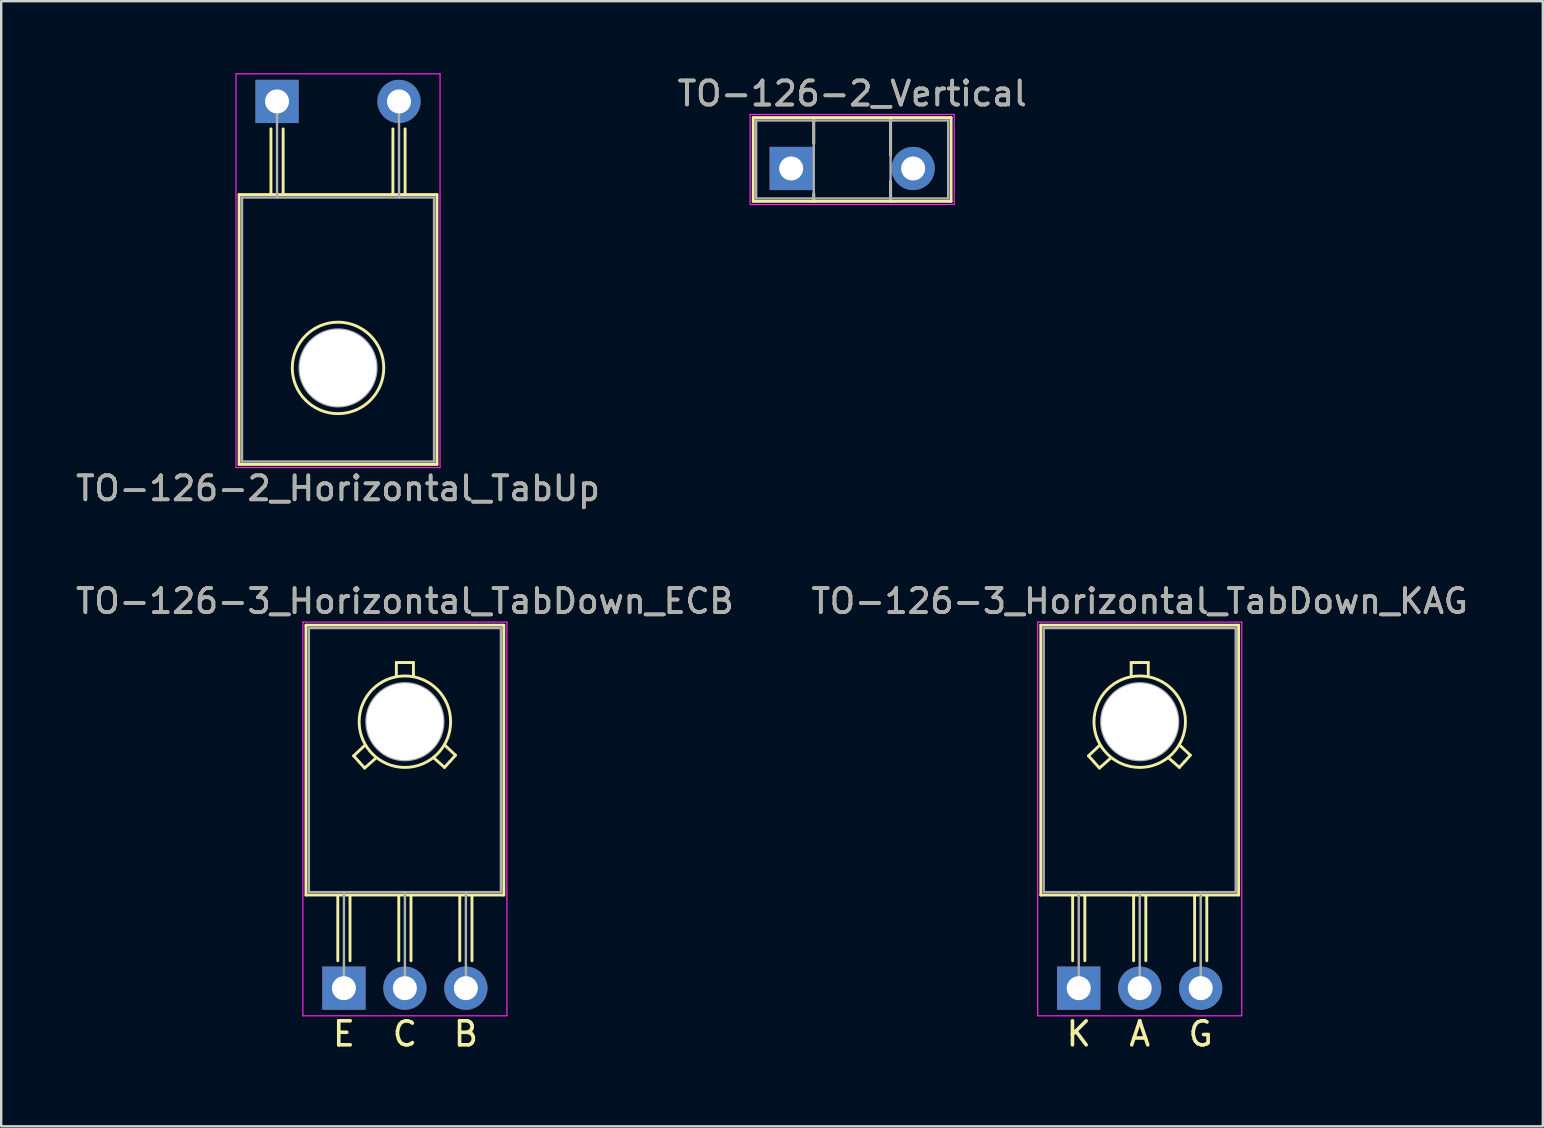
<source format=kicad_pcb>
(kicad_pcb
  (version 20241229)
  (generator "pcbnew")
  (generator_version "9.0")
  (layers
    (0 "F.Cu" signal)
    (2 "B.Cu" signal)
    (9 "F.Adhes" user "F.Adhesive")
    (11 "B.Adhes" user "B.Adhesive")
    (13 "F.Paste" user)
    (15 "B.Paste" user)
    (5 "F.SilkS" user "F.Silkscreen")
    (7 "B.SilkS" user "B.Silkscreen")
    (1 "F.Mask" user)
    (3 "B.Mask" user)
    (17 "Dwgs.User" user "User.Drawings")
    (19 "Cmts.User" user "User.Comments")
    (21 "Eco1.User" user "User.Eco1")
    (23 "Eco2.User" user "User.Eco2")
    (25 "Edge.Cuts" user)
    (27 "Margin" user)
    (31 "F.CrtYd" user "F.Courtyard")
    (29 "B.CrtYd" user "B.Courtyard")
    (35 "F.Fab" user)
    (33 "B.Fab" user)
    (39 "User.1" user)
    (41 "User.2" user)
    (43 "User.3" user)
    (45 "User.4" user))
  (footprint "TO-126-2_Horizontal_TabUp"
    (layer "F.Cu")
    (at 8.49 1.175)
    (property "Reference" "TO-126-2_Horizontal_TabUp" (at 2.54 16.12 0) (layer "F.SilkS") (effects (font (size 1 1) (thickness 0.15))))
    (attr through_hole)
    (fp_line (start -1.58 3.88) (end -1.58 15.12) (stroke (width 0.12) (type solid)) (layer "F.SilkS"))
    (fp_line (start -1.58 3.88) (end 6.66 3.88) (stroke (width 0.12) (type solid)) (layer "F.SilkS"))
    (fp_line (start -1.58 15.12) (end 6.66 15.12) (stroke (width 0.12) (type solid)) (layer "F.SilkS"))
    (fp_line (start -0.254 3.873) (end -0.254 1.143) (stroke (width 0.12) (type solid)) (layer "F.SilkS"))
    (fp_line (start 0.254 1.143) (end 0.254 3.873) (stroke (width 0.12) (type solid)) (layer "F.SilkS"))
    (fp_line (start 4.826 3.873) (end 4.826 1.143) (stroke (width 0.12) (type solid)) (layer "F.SilkS"))
    (fp_line (start 5.334 1.143) (end 5.334 3.873) (stroke (width 0.12) (type solid)) (layer "F.SilkS"))
    (fp_line (start 6.66 3.88) (end 6.66 15.12) (stroke (width 0.12) (type solid)) (layer "F.SilkS"))
    (fp_circle (center 2.54 11.1) (end 0.635 11.125) (stroke (width 0.12) (type solid)) (fill no) (layer "F.SilkS"))
    (fp_line (start -1.71 -1.15) (end -1.71 15.25) (stroke (width 0.05) (type solid)) (layer "F.CrtYd"))
    (fp_line (start -1.71 15.25) (end 6.79 15.25) (stroke (width 0.05) (type solid)) (layer "F.CrtYd"))
    (fp_line (start 6.79 -1.15) (end -1.71 -1.15) (stroke (width 0.05) (type solid)) (layer "F.CrtYd"))
    (fp_line (start 6.79 15.25) (end 6.79 -1.15) (stroke (width 0.05) (type solid)) (layer "F.CrtYd"))
    (fp_line (start -1.46 4) (end -1.46 15) (stroke (width 0.1) (type solid)) (layer "F.Fab"))
    (fp_line (start -1.46 15) (end 6.54 15) (stroke (width 0.1) (type solid)) (layer "F.Fab"))
    (fp_line (start 0 4) (end 0 0) (stroke (width 0.1) (type solid)) (layer "F.Fab"))
    (fp_line (start 5.08 4) (end 5.08 0) (stroke (width 0.1) (type solid)) (layer "F.Fab"))
    (fp_line (start 6.54 4) (end -1.46 4) (stroke (width 0.1) (type solid)) (layer "F.Fab"))
    (fp_line (start 6.54 15) (end 6.54 4) (stroke (width 0.1) (type solid)) (layer "F.Fab"))
    (fp_circle (center 2.54 11.1) (end 4.14 11.1) (stroke (width 0.1) (type solid)) (fill no) (layer "F.Fab"))
    (fp_text user "${REFERENCE}" (at 2.54 16.12 0) (layer "F.Fab") (effects (font (size 1 1) (thickness 0.15))))
    (pad "" np_thru_hole oval (at 2.54 11.1) (size 3.2 3.2) (drill 3.2) (layers "*.Cu" "*.Mask"))
    (pad "1" thru_hole rect (at 0 0) (size 1.8 1.8) (drill 1) (layers "*.Cu" "*.Mask"))
    (pad "2" thru_hole oval (at 5.08 0) (size 1.8 1.8) (drill 1) (layers "*.Cu" "*.Mask")))
  (footprint "TO-126-3_Horizontal_TabDown_ECB"
    (layer "F.Cu")
    (at 11.275 38.111)
    (property "Reference" "TO-126-3_Horizontal_TabDown_ECB" (at 2.54 -16.12 0) (layer "F.SilkS") (effects (font (size 1 1) (thickness 0.15))))
    (fp_line (start -1.58 -15.12) (end -1.58 -3.88) (stroke (width 0.12) (type solid)) (layer "F.SilkS"))
    (fp_line (start -1.58 -15.12) (end 6.66 -15.12) (stroke (width 0.12) (type solid)) (layer "F.SilkS"))
    (fp_line (start -1.58 -3.88) (end 6.66 -3.88) (stroke (width 0.12) (type solid)) (layer "F.SilkS"))
    (fp_line (start -0.254 -1.143) (end -0.254 -3.873) (stroke (width 0.12) (type solid)) (layer "F.SilkS"))
    (fp_line (start 0.254 -3.873) (end 0.254 -1.143) (stroke (width 0.12) (type solid)) (layer "F.SilkS"))
    (fp_line (start 0.406 -9.677) (end 0.864 -10.109) (stroke (width 0.12) (type solid)) (layer "F.SilkS"))
    (fp_line (start 0.635 -9.423) (end 0.406 -9.677) (stroke (width 0.12) (type solid)) (layer "F.SilkS"))
    (fp_line (start 0.864 -9.169) (end 0.635 -9.423) (stroke (width 0.12) (type solid)) (layer "F.SilkS"))
    (fp_line (start 0.864 -9.169) (end 1.321 -9.576) (stroke (width 0.12) (type solid)) (layer "F.SilkS"))
    (fp_line (start 2.184 -13.564) (end 2.184 -13.005) (stroke (width 0.12) (type solid)) (layer "F.SilkS"))
    (fp_line (start 2.184 -13.564) (end 2.54 -13.564) (stroke (width 0.12) (type solid)) (layer "F.SilkS"))
    (fp_line (start 2.286 -1.143) (end 2.286 -3.873) (stroke (width 0.12) (type solid)) (layer "F.SilkS"))
    (fp_line (start 2.54 -13.564) (end 2.896 -13.564) (stroke (width 0.12) (type solid)) (layer "F.SilkS"))
    (fp_line (start 2.794 -3.873) (end 2.794 -1.143) (stroke (width 0.12) (type solid)) (layer "F.SilkS"))
    (fp_line (start 2.896 -13.564) (end 2.896 -12.979) (stroke (width 0.12) (type solid)) (layer "F.SilkS"))
    (fp_line (start 4.191 -9.195) (end 3.734 -9.601) (stroke (width 0.12) (type solid)) (layer "F.SilkS"))
    (fp_line (start 4.191 -9.195) (end 4.42 -9.449) (stroke (width 0.12) (type solid)) (layer "F.SilkS"))
    (fp_line (start 4.42 -9.449) (end 4.648 -9.703) (stroke (width 0.12) (type solid)) (layer "F.SilkS"))
    (fp_line (start 4.648 -9.703) (end 4.191 -10.135) (stroke (width 0.12) (type solid)) (layer "F.SilkS"))
    (fp_line (start 4.826 -1.143) (end 4.826 -3.873) (stroke (width 0.12) (type solid)) (layer "F.SilkS"))
    (fp_line (start 5.334 -3.873) (end 5.334 -1.143) (stroke (width 0.12) (type solid)) (layer "F.SilkS"))
    (fp_line (start 6.66 -15.12) (end 6.66 -3.88) (stroke (width 0.12) (type solid)) (layer "F.SilkS"))
    (fp_circle (center 2.54 -11.1) (end 4.445 -11.125) (stroke (width 0.12) (type solid)) (fill no) (layer "F.SilkS"))
    (fp_line (start -1.71 -15.25) (end -1.71 1.15) (stroke (width 0.05) (type solid)) (layer "F.CrtYd"))
    (fp_line (start -1.71 1.15) (end 6.79 1.15) (stroke (width 0.05) (type solid)) (layer "F.CrtYd"))
    (fp_line (start 6.79 -15.25) (end -1.71 -15.25) (stroke (width 0.05) (type solid)) (layer "F.CrtYd"))
    (fp_line (start 6.79 1.15) (end 6.79 -15.25) (stroke (width 0.05) (type solid)) (layer "F.CrtYd"))
    (fp_line (start -1.46 -15) (end 6.54 -15) (stroke (width 0.1) (type solid)) (layer "F.Fab"))
    (fp_line (start -1.46 -4) (end -1.46 -15) (stroke (width 0.1) (type solid)) (layer "F.Fab"))
    (fp_line (start 0 -4) (end 0 0) (stroke (width 0.1) (type solid)) (layer "F.Fab"))
    (fp_line (start 2.54 -4) (end 2.54 0) (stroke (width 0.1) (type solid)) (layer "F.Fab"))
    (fp_line (start 5.08 -4) (end 5.08 0) (stroke (width 0.1) (type solid)) (layer "F.Fab"))
    (fp_line (start 6.54 -15) (end 6.54 -4) (stroke (width 0.1) (type solid)) (layer "F.Fab"))
    (fp_line (start 6.54 -4) (end -1.46 -4) (stroke (width 0.1) (type solid)) (layer "F.Fab"))
    (fp_circle (center 2.54 -11.1) (end 4.14 -11.1) (stroke (width 0.1) (type solid)) (fill no) (layer "F.Fab"))
    (fp_text user "E" (at 0 1.905 0) (unlocked yes) (layer "F.SilkS") (effects (font (size 1 1) (thickness 0.15))))
    (fp_text user "C" (at 2.54 1.905 0) (unlocked yes) (layer "F.SilkS") (effects (font (size 1 1) (thickness 0.15))))
    (fp_text user "B" (at 5.08 1.905 0) (unlocked yes) (layer "F.SilkS") (effects (font (size 1 1) (thickness 0.15))))
    (fp_text user "${REFERENCE}" (at 2.54 -16.12 0) (layer "F.Fab") (effects (font (size 1 1) (thickness 0.15))))
    (pad "" np_thru_hole oval (at 2.54 -11.1) (size 3.2 3.2) (drill 3.2) (layers "*.Cu" "*.Mask"))
    (pad "1" thru_hole rect (at 0 0) (size 1.8 1.8) (drill 1) (layers "*.Cu" "*.Mask"))
    (pad "2" thru_hole oval (at 2.54 0) (size 1.8 1.8) (drill 1) (layers "*.Cu" "*.Mask"))
    (pad "3" thru_hole oval (at 5.08 0) (size 1.8 1.8) (drill 1) (layers "*.Cu" "*.Mask")))
  (footprint "TO-126-2_Vertical"
    (layer "F.Cu")
    (at 29.906 3.968)
    (property "Reference" "TO-126-2_Vertical" (at 2.54 -3.12 0) (layer "F.SilkS") (effects (font (size 1 1) (thickness 0.15))))
    (attr through_hole)
    (fp_line (start -1.58 -2.12) (end -1.58 1.37) (stroke (width 0.12) (type solid)) (layer "F.SilkS"))
    (fp_line (start -1.58 -2.12) (end 6.66 -2.12) (stroke (width 0.12) (type solid)) (layer "F.SilkS"))
    (fp_line (start -1.58 1.37) (end 6.66 1.37) (stroke (width 0.12) (type solid)) (layer "F.SilkS"))
    (fp_line (start 0.94 -2.12) (end 0.94 -1.05) (stroke (width 0.12) (type solid)) (layer "F.SilkS"))
    (fp_line (start 0.94 1.05) (end 0.94 1.37) (stroke (width 0.12) (type solid)) (layer "F.SilkS"))
    (fp_line (start 4.141 -2.12) (end 4.141 -0.54) (stroke (width 0.12) (type solid)) (layer "F.SilkS"))
    (fp_line (start 4.141 0.54) (end 4.141 1.37) (stroke (width 0.12) (type solid)) (layer "F.SilkS"))
    (fp_line (start 6.66 -2.12) (end 6.66 1.37) (stroke (width 0.12) (type solid)) (layer "F.SilkS"))
    (fp_line (start -1.71 -2.25) (end -1.71 1.5) (stroke (width 0.05) (type solid)) (layer "F.CrtYd"))
    (fp_line (start -1.71 1.5) (end 6.79 1.5) (stroke (width 0.05) (type solid)) (layer "F.CrtYd"))
    (fp_line (start 6.79 -2.25) (end -1.71 -2.25) (stroke (width 0.05) (type solid)) (layer "F.CrtYd"))
    (fp_line (start 6.79 1.5) (end 6.79 -2.25) (stroke (width 0.05) (type solid)) (layer "F.CrtYd"))
    (fp_line (start -1.46 -2) (end -1.46 1.25) (stroke (width 0.1) (type solid)) (layer "F.Fab"))
    (fp_line (start -1.46 1.25) (end 6.54 1.25) (stroke (width 0.1) (type solid)) (layer "F.Fab"))
    (fp_line (start 0.94 -2) (end 0.94 1.25) (stroke (width 0.1) (type solid)) (layer "F.Fab"))
    (fp_line (start 4.14 -2) (end 4.14 1.25) (stroke (width 0.1) (type solid)) (layer "F.Fab"))
    (fp_line (start 6.54 -2) (end -1.46 -2) (stroke (width 0.1) (type solid)) (layer "F.Fab"))
    (fp_line (start 6.54 1.25) (end 6.54 -2) (stroke (width 0.1) (type solid)) (layer "F.Fab"))
    (fp_text user "${REFERENCE}" (at 2.54 -3.12 0) (layer "F.Fab") (effects (font (size 1 1) (thickness 0.15))))
    (pad "1" thru_hole rect (at 0 0) (size 1.8 1.8) (drill 1) (layers "*.Cu" "*.Mask"))
    (pad "2" thru_hole oval (at 5.08 0) (size 1.8 1.8) (drill 1) (layers "*.Cu" "*.Mask")))
  (footprint "TO-126-3_Horizontal_TabDown_KAG"
    (layer "F.Cu")
    (at 41.883 38.111)
    (property "Reference" "TO-126-3_Horizontal_TabDown_KAG" (at 2.54 -16.12 0) (layer "F.SilkS") (effects (font (size 1 1) (thickness 0.15))))
    (fp_line (start -1.58 -15.12) (end -1.58 -3.88) (stroke (width 0.12) (type solid)) (layer "F.SilkS"))
    (fp_line (start -1.58 -15.12) (end 6.66 -15.12) (stroke (width 0.12) (type solid)) (layer "F.SilkS"))
    (fp_line (start -1.58 -3.88) (end 6.66 -3.88) (stroke (width 0.12) (type solid)) (layer "F.SilkS"))
    (fp_line (start -0.254 -1.143) (end -0.254 -3.873) (stroke (width 0.12) (type solid)) (layer "F.SilkS"))
    (fp_line (start 0.254 -3.873) (end 0.254 -1.143) (stroke (width 0.12) (type solid)) (layer "F.SilkS"))
    (fp_line (start 0.406 -9.677) (end 0.864 -10.109) (stroke (width 0.12) (type solid)) (layer "F.SilkS"))
    (fp_line (start 0.635 -9.423) (end 0.406 -9.677) (stroke (width 0.12) (type solid)) (layer "F.SilkS"))
    (fp_line (start 0.864 -9.169) (end 0.635 -9.423) (stroke (width 0.12) (type solid)) (layer "F.SilkS"))
    (fp_line (start 0.864 -9.169) (end 1.321 -9.576) (stroke (width 0.12) (type solid)) (layer "F.SilkS"))
    (fp_line (start 2.184 -13.564) (end 2.184 -13.005) (stroke (width 0.12) (type solid)) (layer "F.SilkS"))
    (fp_line (start 2.184 -13.564) (end 2.54 -13.564) (stroke (width 0.12) (type solid)) (layer "F.SilkS"))
    (fp_line (start 2.286 -1.143) (end 2.286 -3.873) (stroke (width 0.12) (type solid)) (layer "F.SilkS"))
    (fp_line (start 2.54 -13.564) (end 2.896 -13.564) (stroke (width 0.12) (type solid)) (layer "F.SilkS"))
    (fp_line (start 2.794 -3.873) (end 2.794 -1.143) (stroke (width 0.12) (type solid)) (layer "F.SilkS"))
    (fp_line (start 2.896 -13.564) (end 2.896 -12.979) (stroke (width 0.12) (type solid)) (layer "F.SilkS"))
    (fp_line (start 4.191 -9.195) (end 3.734 -9.601) (stroke (width 0.12) (type solid)) (layer "F.SilkS"))
    (fp_line (start 4.191 -9.195) (end 4.42 -9.449) (stroke (width 0.12) (type solid)) (layer "F.SilkS"))
    (fp_line (start 4.42 -9.449) (end 4.648 -9.703) (stroke (width 0.12) (type solid)) (layer "F.SilkS"))
    (fp_line (start 4.648 -9.703) (end 4.191 -10.135) (stroke (width 0.12) (type solid)) (layer "F.SilkS"))
    (fp_line (start 4.826 -1.143) (end 4.826 -3.873) (stroke (width 0.12) (type solid)) (layer "F.SilkS"))
    (fp_line (start 5.334 -3.873) (end 5.334 -1.143) (stroke (width 0.12) (type solid)) (layer "F.SilkS"))
    (fp_line (start 6.66 -15.12) (end 6.66 -3.88) (stroke (width 0.12) (type solid)) (layer "F.SilkS"))
    (fp_circle (center 2.54 -11.1) (end 4.445 -11.125) (stroke (width 0.12) (type solid)) (fill no) (layer "F.SilkS"))
    (fp_line (start -1.71 -15.25) (end -1.71 1.15) (stroke (width 0.05) (type solid)) (layer "F.CrtYd"))
    (fp_line (start -1.71 1.15) (end 6.79 1.15) (stroke (width 0.05) (type solid)) (layer "F.CrtYd"))
    (fp_line (start 6.79 -15.25) (end -1.71 -15.25) (stroke (width 0.05) (type solid)) (layer "F.CrtYd"))
    (fp_line (start 6.79 1.15) (end 6.79 -15.25) (stroke (width 0.05) (type solid)) (layer "F.CrtYd"))
    (fp_line (start -1.46 -15) (end 6.54 -15) (stroke (width 0.1) (type solid)) (layer "F.Fab"))
    (fp_line (start -1.46 -4) (end -1.46 -15) (stroke (width 0.1) (type solid)) (layer "F.Fab"))
    (fp_line (start 0 -4) (end 0 0) (stroke (width 0.1) (type solid)) (layer "F.Fab"))
    (fp_line (start 2.54 -4) (end 2.54 0) (stroke (width 0.1) (type solid)) (layer "F.Fab"))
    (fp_line (start 5.08 -4) (end 5.08 0) (stroke (width 0.1) (type solid)) (layer "F.Fab"))
    (fp_line (start 6.54 -15) (end 6.54 -4) (stroke (width 0.1) (type solid)) (layer "F.Fab"))
    (fp_line (start 6.54 -4) (end -1.46 -4) (stroke (width 0.1) (type solid)) (layer "F.Fab"))
    (fp_circle (center 2.54 -11.1) (end 4.14 -11.1) (stroke (width 0.1) (type solid)) (fill no) (layer "F.Fab"))
    (fp_text user "K" (at 0 1.905 0) (unlocked yes) (layer "F.SilkS") (effects (font (size 1 1) (thickness 0.15))))
    (fp_text user "A" (at 2.54 1.905 0) (unlocked yes) (layer "F.SilkS") (effects (font (size 1 1) (thickness 0.15))))
    (fp_text user "G" (at 5.08 1.905 0) (unlocked yes) (layer "F.SilkS") (effects (font (size 1 1) (thickness 0.15))))
    (fp_text user "${REFERENCE}" (at 2.54 -16.12 0) (layer "F.Fab") (effects (font (size 1 1) (thickness 0.15))))
    (pad "" np_thru_hole oval (at 2.54 -11.1) (size 3.2 3.2) (drill 3.2) (layers "*.Cu" "*.Mask"))
    (pad "1" thru_hole rect (at 0 0) (size 1.8 1.8) (drill 1) (layers "*.Cu" "*.Mask"))
    (pad "2" thru_hole oval (at 2.54 0) (size 1.8 1.8) (drill 1) (layers "*.Cu" "*.Mask"))
    (pad "3" thru_hole oval (at 5.08 0) (size 1.8 1.8) (drill 1) (layers "*.Cu" "*.Mask")))
  (gr_rect
    (start -3 -3)
    (end 61.214 43.865)
    (stroke (width 0.1) (type default))
    (fill no)
    (layer "Edge.Cuts")))
</source>
